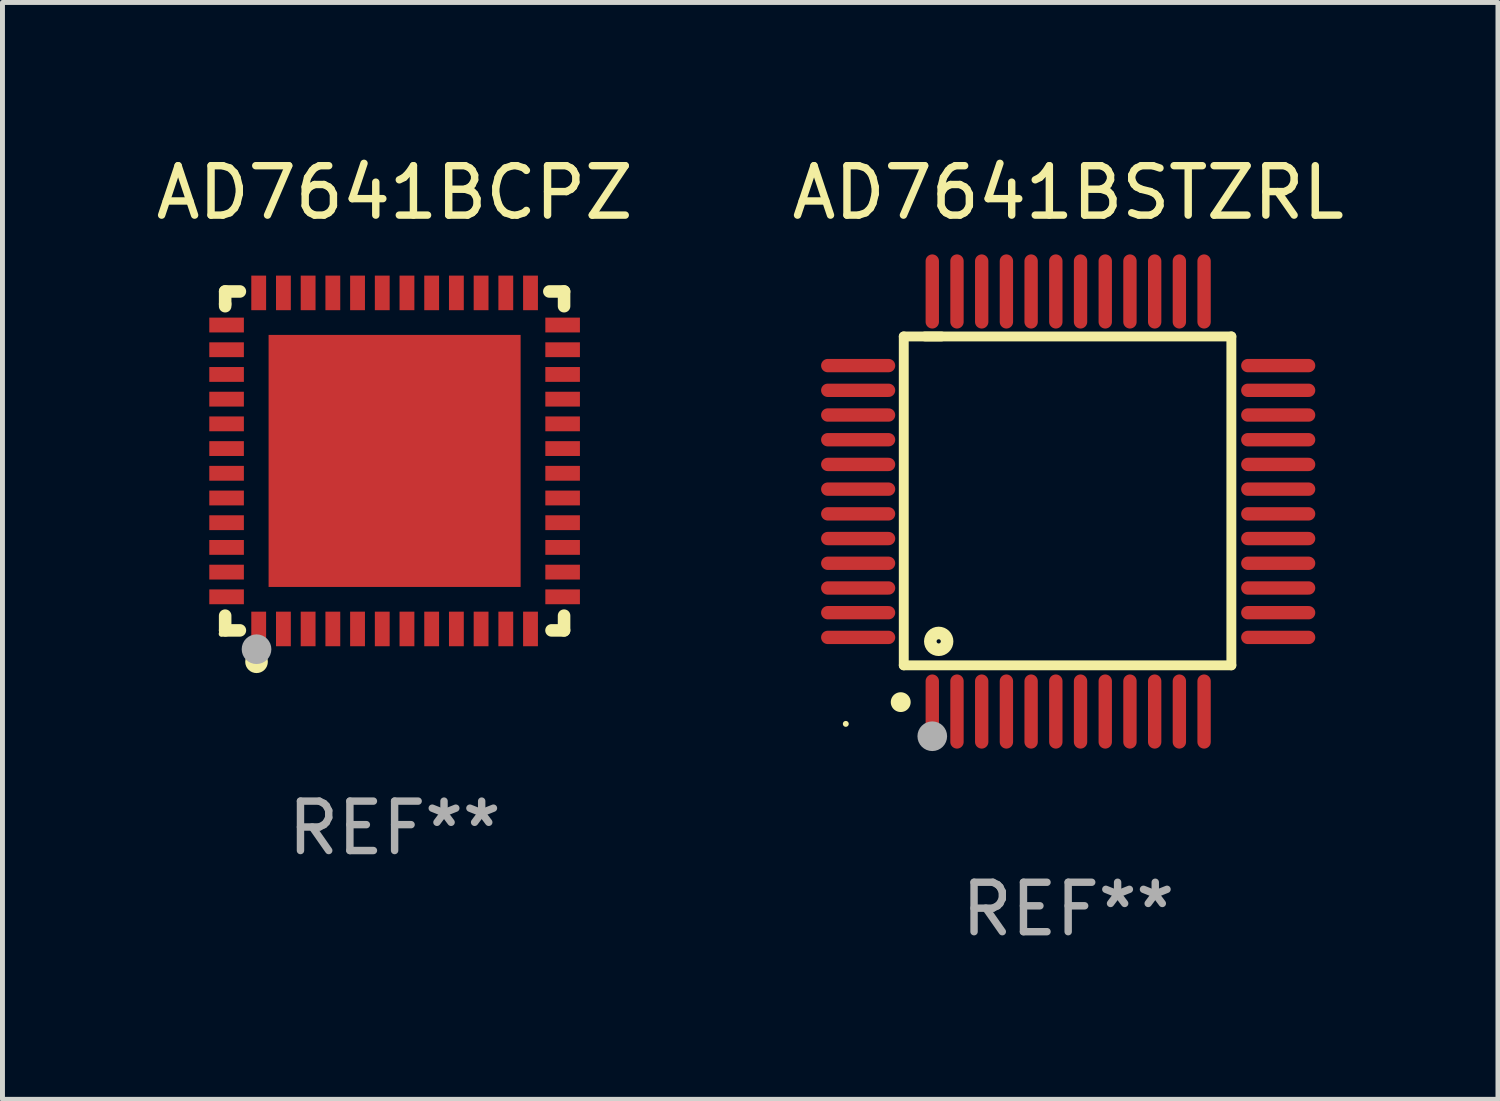
<source format=kicad_pcb>
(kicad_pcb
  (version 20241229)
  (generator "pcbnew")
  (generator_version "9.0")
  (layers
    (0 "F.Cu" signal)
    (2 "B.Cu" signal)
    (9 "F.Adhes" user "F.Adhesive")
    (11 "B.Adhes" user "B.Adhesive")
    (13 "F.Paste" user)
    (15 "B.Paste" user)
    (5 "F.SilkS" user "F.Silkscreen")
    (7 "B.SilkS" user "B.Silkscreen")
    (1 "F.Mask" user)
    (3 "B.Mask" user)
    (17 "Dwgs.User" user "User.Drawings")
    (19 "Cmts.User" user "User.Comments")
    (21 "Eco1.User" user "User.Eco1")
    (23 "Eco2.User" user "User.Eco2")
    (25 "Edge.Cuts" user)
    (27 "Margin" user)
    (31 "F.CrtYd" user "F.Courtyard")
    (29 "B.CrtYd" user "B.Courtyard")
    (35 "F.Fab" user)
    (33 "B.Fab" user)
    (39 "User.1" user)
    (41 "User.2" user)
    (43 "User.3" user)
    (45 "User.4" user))
  (footprint "AD7641BCPZ"
    (layer "F.Cu")
    (at 4.935 6.277)
    (property "Reference" "AD7641BCPZ" (at 0 -5.429 0) (layer "F.SilkS") (effects (font (size 1 1) (thickness 0.15))))
    (attr through_hole)
    (fp_line (start -3.429 -3.429) (end -3.429 -3.175) (stroke (width 0.254) (type solid)) (layer "F.SilkS"))
    (fp_line (start -3.429 -3.175) (end -3.429 -3.131) (stroke (width 0.254) (type solid)) (layer "F.SilkS"))
    (fp_line (start -3.429 3.131) (end -3.429 3.429) (stroke (width 0.254) (type solid)) (layer "F.SilkS"))
    (fp_line (start -3.429 3.429) (end -3.131 3.429) (stroke (width 0.254) (type solid)) (layer "F.SilkS"))
    (fp_line (start -3.131 -3.429) (end -3.429 -3.429) (stroke (width 0.254) (type solid)) (layer "F.SilkS"))
    (fp_line (start 3.131 -3.429) (end 3.429 -3.429) (stroke (width 0.254) (type solid)) (layer "F.SilkS"))
    (fp_line (start 3.429 -3.429) (end 3.429 -3.131) (stroke (width 0.254) (type solid)) (layer "F.SilkS"))
    (fp_line (start 3.429 3.131) (end 3.429 3.429) (stroke (width 0.254) (type solid)) (layer "F.SilkS"))
    (fp_line (start 3.429 3.429) (end 3.175 3.429) (stroke (width 0.254) (type solid)) (layer "F.SilkS"))
    (fp_circle (center -3.5 3.5) (end -3.47 3.5) (stroke (width 0.06) (type solid)) (fill no) (layer "F.SilkS"))
    (fp_circle (center -2.794 4.064) (end -2.667 4.064) (stroke (width 0.204) (type solid)) (fill no) (layer "F.SilkS"))
    (fp_circle (center -2.794 3.81) (end -2.644 3.81) (stroke (width 0.3) (type solid)) (fill no) (layer "F.Fab"))
    (fp_text user "REF**" (at 0 7.429 0) (layer "F.Fab") (effects (font (size 1 1) (thickness 0.15))))
    (pad "1" smd rect (at -2.75 3.4) (size 0.3 0.7) (layers "F.Cu" "F.Mask" "F.Paste"))
    (pad "2" smd rect (at -2.25 3.4) (size 0.3 0.7) (layers "F.Cu" "F.Mask" "F.Paste"))
    (pad "3" smd rect (at -1.75 3.4) (size 0.3 0.7) (layers "F.Cu" "F.Mask" "F.Paste"))
    (pad "4" smd rect (at -1.25 3.4) (size 0.3 0.7) (layers "F.Cu" "F.Mask" "F.Paste"))
    (pad "5" smd rect (at -0.75 3.4) (size 0.3 0.7) (layers "F.Cu" "F.Mask" "F.Paste"))
    (pad "6" smd rect (at -0.25 3.4) (size 0.3 0.7) (layers "F.Cu" "F.Mask" "F.Paste"))
    (pad "7" smd rect (at 0.25 3.4) (size 0.3 0.7) (layers "F.Cu" "F.Mask" "F.Paste"))
    (pad "8" smd rect (at 0.75 3.4) (size 0.3 0.7) (layers "F.Cu" "F.Mask" "F.Paste"))
    (pad "9" smd rect (at 1.25 3.4) (size 0.3 0.7) (layers "F.Cu" "F.Mask" "F.Paste"))
    (pad "10" smd rect (at 1.75 3.4) (size 0.3 0.7) (layers "F.Cu" "F.Mask" "F.Paste"))
    (pad "11" smd rect (at 2.25 3.4) (size 0.3 0.7) (layers "F.Cu" "F.Mask" "F.Paste"))
    (pad "12" smd rect (at 2.75 3.4) (size 0.3 0.7) (layers "F.Cu" "F.Mask" "F.Paste"))
    (pad "13" smd rect (at 3.4 2.75) (size 0.7 0.3) (layers "F.Cu" "F.Mask" "F.Paste"))
    (pad "14" smd rect (at 3.4 2.25) (size 0.7 0.3) (layers "F.Cu" "F.Mask" "F.Paste"))
    (pad "15" smd rect (at 3.4 1.75) (size 0.7 0.3) (layers "F.Cu" "F.Mask" "F.Paste"))
    (pad "16" smd rect (at 3.4 1.25) (size 0.7 0.3) (layers "F.Cu" "F.Mask" "F.Paste"))
    (pad "17" smd rect (at 3.4 0.75) (size 0.7 0.3) (layers "F.Cu" "F.Mask" "F.Paste"))
    (pad "18" smd rect (at 3.4 0.25) (size 0.7 0.3) (layers "F.Cu" "F.Mask" "F.Paste"))
    (pad "19" smd rect (at 3.4 -0.25) (size 0.7 0.3) (layers "F.Cu" "F.Mask" "F.Paste"))
    (pad "20" smd rect (at 3.4 -0.75) (size 0.7 0.3) (layers "F.Cu" "F.Mask" "F.Paste"))
    (pad "21" smd rect (at 3.4 -1.25) (size 0.7 0.3) (layers "F.Cu" "F.Mask" "F.Paste"))
    (pad "22" smd rect (at 3.4 -1.75) (size 0.7 0.3) (layers "F.Cu" "F.Mask" "F.Paste"))
    (pad "23" smd rect (at 3.4 -2.25) (size 0.7 0.3) (layers "F.Cu" "F.Mask" "F.Paste"))
    (pad "24" smd rect (at 3.4 -2.75) (size 0.7 0.3) (layers "F.Cu" "F.Mask" "F.Paste"))
    (pad "25" smd rect (at 2.75 -3.4) (size 0.3 0.7) (layers "F.Cu" "F.Mask" "F.Paste"))
    (pad "26" smd rect (at 2.25 -3.4) (size 0.3 0.7) (layers "F.Cu" "F.Mask" "F.Paste"))
    (pad "27" smd rect (at 1.75 -3.4) (size 0.3 0.7) (layers "F.Cu" "F.Mask" "F.Paste"))
    (pad "28" smd rect (at 1.25 -3.4) (size 0.3 0.7) (layers "F.Cu" "F.Mask" "F.Paste"))
    (pad "29" smd rect (at 0.75 -3.4) (size 0.3 0.7) (layers "F.Cu" "F.Mask" "F.Paste"))
    (pad "30" smd rect (at 0.25 -3.4) (size 0.3 0.7) (layers "F.Cu" "F.Mask" "F.Paste"))
    (pad "31" smd rect (at -0.25 -3.4) (size 0.3 0.7) (layers "F.Cu" "F.Mask" "F.Paste"))
    (pad "32" smd rect (at -0.75 -3.4) (size 0.3 0.7) (layers "F.Cu" "F.Mask" "F.Paste"))
    (pad "33" smd rect (at -1.25 -3.4) (size 0.3 0.7) (layers "F.Cu" "F.Mask" "F.Paste"))
    (pad "34" smd rect (at -1.75 -3.4) (size 0.3 0.7) (layers "F.Cu" "F.Mask" "F.Paste"))
    (pad "35" smd rect (at -2.25 -3.4) (size 0.3 0.7) (layers "F.Cu" "F.Mask" "F.Paste"))
    (pad "36" smd rect (at -2.75 -3.4) (size 0.3 0.7) (layers "F.Cu" "F.Mask" "F.Paste"))
    (pad "37" smd rect (at -3.4 -2.75) (size 0.7 0.3) (layers "F.Cu" "F.Mask" "F.Paste"))
    (pad "38" smd rect (at -3.4 -2.25) (size 0.7 0.3) (layers "F.Cu" "F.Mask" "F.Paste"))
    (pad "39" smd rect (at -3.4 -1.75) (size 0.7 0.3) (layers "F.Cu" "F.Mask" "F.Paste"))
    (pad "40" smd rect (at -3.4 -1.25) (size 0.7 0.3) (layers "F.Cu" "F.Mask" "F.Paste"))
    (pad "41" smd rect (at -3.4 -0.75) (size 0.7 0.3) (layers "F.Cu" "F.Mask" "F.Paste"))
    (pad "42" smd rect (at -3.4 -0.25) (size 0.7 0.3) (layers "F.Cu" "F.Mask" "F.Paste"))
    (pad "43" smd rect (at -3.4 0.25) (size 0.7 0.3) (layers "F.Cu" "F.Mask" "F.Paste"))
    (pad "44" smd rect (at -3.4 0.75) (size 0.7 0.3) (layers "F.Cu" "F.Mask" "F.Paste"))
    (pad "45" smd rect (at -3.4 1.25) (size 0.7 0.3) (layers "F.Cu" "F.Mask" "F.Paste"))
    (pad "46" smd rect (at -3.4 1.75) (size 0.7 0.3) (layers "F.Cu" "F.Mask" "F.Paste"))
    (pad "47" smd rect (at -3.4 2.25) (size 0.7 0.3) (layers "F.Cu" "F.Mask" "F.Paste"))
    (pad "48" smd rect (at -3.4 2.75) (size 0.7 0.3) (layers "F.Cu" "F.Mask" "F.Paste"))
    (pad "49" smd rect (at 0 0) (size 5.1 5.1) (layers "F.Cu" "F.Mask" "F.Paste")))
  (footprint "AD7641BSTZRL"
    (layer "F.Cu")
    (at 18.565 7.098)
    (property "Reference" "AD7641BSTZRL" (at 0 -6.25 0) (layer "F.SilkS") (effects (font (size 1 1) (thickness 0.15))))
    (attr through_hole)
    (fp_line (start -3.327 -3.34) (end -2.565 -3.34) (stroke (width 0.2) (type solid)) (layer "F.SilkS"))
    (fp_line (start -3.327 3.315) (end -3.327 -3.34) (stroke (width 0.2) (type solid)) (layer "F.SilkS"))
    (fp_line (start -2.896 -3.34) (end 3.302 -3.34) (stroke (width 0.2) (type solid)) (layer "F.SilkS"))
    (fp_line (start 3.302 -3.34) (end 3.302 3.315) (stroke (width 0.2) (type solid)) (layer "F.SilkS"))
    (fp_line (start 3.302 3.315) (end -3.327 3.315) (stroke (width 0.2) (type solid)) (layer "F.SilkS"))
    (fp_arc (start -3.389992 4.059995) (mid -3.388722 4.059991) (end -3.387452 4.059995) (stroke (width 0.4) (type solid)) (layer "F.SilkS"))
    (fp_circle (center -4.5 4.5) (end -4.47 4.5) (stroke (width 0.06) (type solid)) (fill no) (layer "F.SilkS"))
    (fp_circle (center -2.62 2.83) (end -2.45 2.83) (stroke (width 0.254) (type solid)) (fill no) (layer "F.SilkS"))
    (fp_circle (center -2.75 4.75) (end -2.6 4.75) (stroke (width 0.3) (type solid)) (fill no) (layer "F.Fab"))
    (fp_text user "REF**" (at 0 8.25 0) (layer "F.Fab") (effects (font (size 1 1) (thickness 0.15))))
    (pad "1" smd oval (at -2.75 4.25) (size 0.27 1.5) (layers "F.Cu" "F.Mask" "F.Paste"))
    (pad "2" smd oval (at -2.25 4.25) (size 0.27 1.5) (layers "F.Cu" "F.Mask" "F.Paste"))
    (pad "3" smd oval (at -1.75 4.25) (size 0.27 1.5) (layers "F.Cu" "F.Mask" "F.Paste"))
    (pad "4" smd oval (at -1.25 4.25) (size 0.27 1.5) (layers "F.Cu" "F.Mask" "F.Paste"))
    (pad "5" smd oval (at -0.75 4.25) (size 0.27 1.5) (layers "F.Cu" "F.Mask" "F.Paste"))
    (pad "6" smd oval (at -0.25 4.25) (size 0.27 1.5) (layers "F.Cu" "F.Mask" "F.Paste"))
    (pad "7" smd oval (at 0.25 4.25) (size 0.27 1.5) (layers "F.Cu" "F.Mask" "F.Paste"))
    (pad "8" smd oval (at 0.75 4.25) (size 0.27 1.5) (layers "F.Cu" "F.Mask" "F.Paste"))
    (pad "9" smd oval (at 1.25 4.25) (size 0.27 1.5) (layers "F.Cu" "F.Mask" "F.Paste"))
    (pad "10" smd oval (at 1.75 4.25) (size 0.27 1.5) (layers "F.Cu" "F.Mask" "F.Paste"))
    (pad "11" smd oval (at 2.25 4.25) (size 0.27 1.5) (layers "F.Cu" "F.Mask" "F.Paste"))
    (pad "12" smd oval (at 2.75 4.25) (size 0.27 1.5) (layers "F.Cu" "F.Mask" "F.Paste"))
    (pad "13" smd oval (at 4.25 2.75) (size 1.5 0.27) (layers "F.Cu" "F.Mask" "F.Paste"))
    (pad "14" smd oval (at 4.25 2.25) (size 1.5 0.27) (layers "F.Cu" "F.Mask" "F.Paste"))
    (pad "15" smd oval (at 4.25 1.75) (size 1.5 0.27) (layers "F.Cu" "F.Mask" "F.Paste"))
    (pad "16" smd oval (at 4.25 1.25) (size 1.5 0.27) (layers "F.Cu" "F.Mask" "F.Paste"))
    (pad "17" smd oval (at 4.25 0.75) (size 1.5 0.27) (layers "F.Cu" "F.Mask" "F.Paste"))
    (pad "18" smd oval (at 4.25 0.25) (size 1.5 0.27) (layers "F.Cu" "F.Mask" "F.Paste"))
    (pad "19" smd oval (at 4.25 -0.25) (size 1.5 0.27) (layers "F.Cu" "F.Mask" "F.Paste"))
    (pad "20" smd oval (at 4.25 -0.75) (size 1.5 0.27) (layers "F.Cu" "F.Mask" "F.Paste"))
    (pad "21" smd oval (at 4.25 -1.25) (size 1.5 0.27) (layers "F.Cu" "F.Mask" "F.Paste"))
    (pad "22" smd oval (at 4.25 -1.75) (size 1.5 0.27) (layers "F.Cu" "F.Mask" "F.Paste"))
    (pad "23" smd oval (at 4.25 -2.25) (size 1.5 0.27) (layers "F.Cu" "F.Mask" "F.Paste"))
    (pad "24" smd oval (at 4.25 -2.75) (size 1.5 0.27) (layers "F.Cu" "F.Mask" "F.Paste"))
    (pad "25" smd oval (at 2.75 -4.25) (size 0.27 1.5) (layers "F.Cu" "F.Mask" "F.Paste"))
    (pad "26" smd oval (at 2.25 -4.25) (size 0.27 1.5) (layers "F.Cu" "F.Mask" "F.Paste"))
    (pad "27" smd oval (at 1.75 -4.25) (size 0.27 1.5) (layers "F.Cu" "F.Mask" "F.Paste"))
    (pad "28" smd oval (at 1.25 -4.25) (size 0.27 1.5) (layers "F.Cu" "F.Mask" "F.Paste"))
    (pad "29" smd oval (at 0.75 -4.25) (size 0.27 1.5) (layers "F.Cu" "F.Mask" "F.Paste"))
    (pad "30" smd oval (at 0.25 -4.25) (size 0.27 1.5) (layers "F.Cu" "F.Mask" "F.Paste"))
    (pad "31" smd oval (at -0.25 -4.25) (size 0.27 1.5) (layers "F.Cu" "F.Mask" "F.Paste"))
    (pad "32" smd oval (at -0.75 -4.25) (size 0.27 1.5) (layers "F.Cu" "F.Mask" "F.Paste"))
    (pad "33" smd oval (at -1.25 -4.25) (size 0.27 1.5) (layers "F.Cu" "F.Mask" "F.Paste"))
    (pad "34" smd oval (at -1.75 -4.25) (size 0.27 1.5) (layers "F.Cu" "F.Mask" "F.Paste"))
    (pad "35" smd oval (at -2.25 -4.25) (size 0.27 1.5) (layers "F.Cu" "F.Mask" "F.Paste"))
    (pad "36" smd oval (at -2.75 -4.25) (size 0.27 1.5) (layers "F.Cu" "F.Mask" "F.Paste"))
    (pad "37" smd oval (at -4.25 -2.75) (size 1.5 0.27) (layers "F.Cu" "F.Mask" "F.Paste"))
    (pad "38" smd oval (at -4.25 -2.25) (size 1.5 0.27) (layers "F.Cu" "F.Mask" "F.Paste"))
    (pad "39" smd oval (at -4.25 -1.75) (size 1.5 0.27) (layers "F.Cu" "F.Mask" "F.Paste"))
    (pad "40" smd oval (at -4.25 -1.25) (size 1.5 0.27) (layers "F.Cu" "F.Mask" "F.Paste"))
    (pad "41" smd oval (at -4.25 -0.75) (size 1.5 0.27) (layers "F.Cu" "F.Mask" "F.Paste"))
    (pad "42" smd oval (at -4.25 -0.25) (size 1.5 0.27) (layers "F.Cu" "F.Mask" "F.Paste"))
    (pad "43" smd oval (at -4.25 0.25) (size 1.5 0.27) (layers "F.Cu" "F.Mask" "F.Paste"))
    (pad "44" smd oval (at -4.25 0.75) (size 1.5 0.27) (layers "F.Cu" "F.Mask" "F.Paste"))
    (pad "45" smd oval (at -4.25 1.25) (size 1.5 0.27) (layers "F.Cu" "F.Mask" "F.Paste"))
    (pad "46" smd oval (at -4.25 1.75) (size 1.5 0.27) (layers "F.Cu" "F.Mask" "F.Paste"))
    (pad "47" smd oval (at -4.25 2.25) (size 1.5 0.27) (layers "F.Cu" "F.Mask" "F.Paste"))
    (pad "48" smd oval (at -4.25 2.75) (size 1.5 0.27) (layers "F.Cu" "F.Mask" "F.Paste")))
  (gr_rect
    (start -3 -3)
    (end 27.262 19.196)
    (stroke (width 0.1) (type default))
    (fill no)
    (layer "Edge.Cuts")))
</source>
